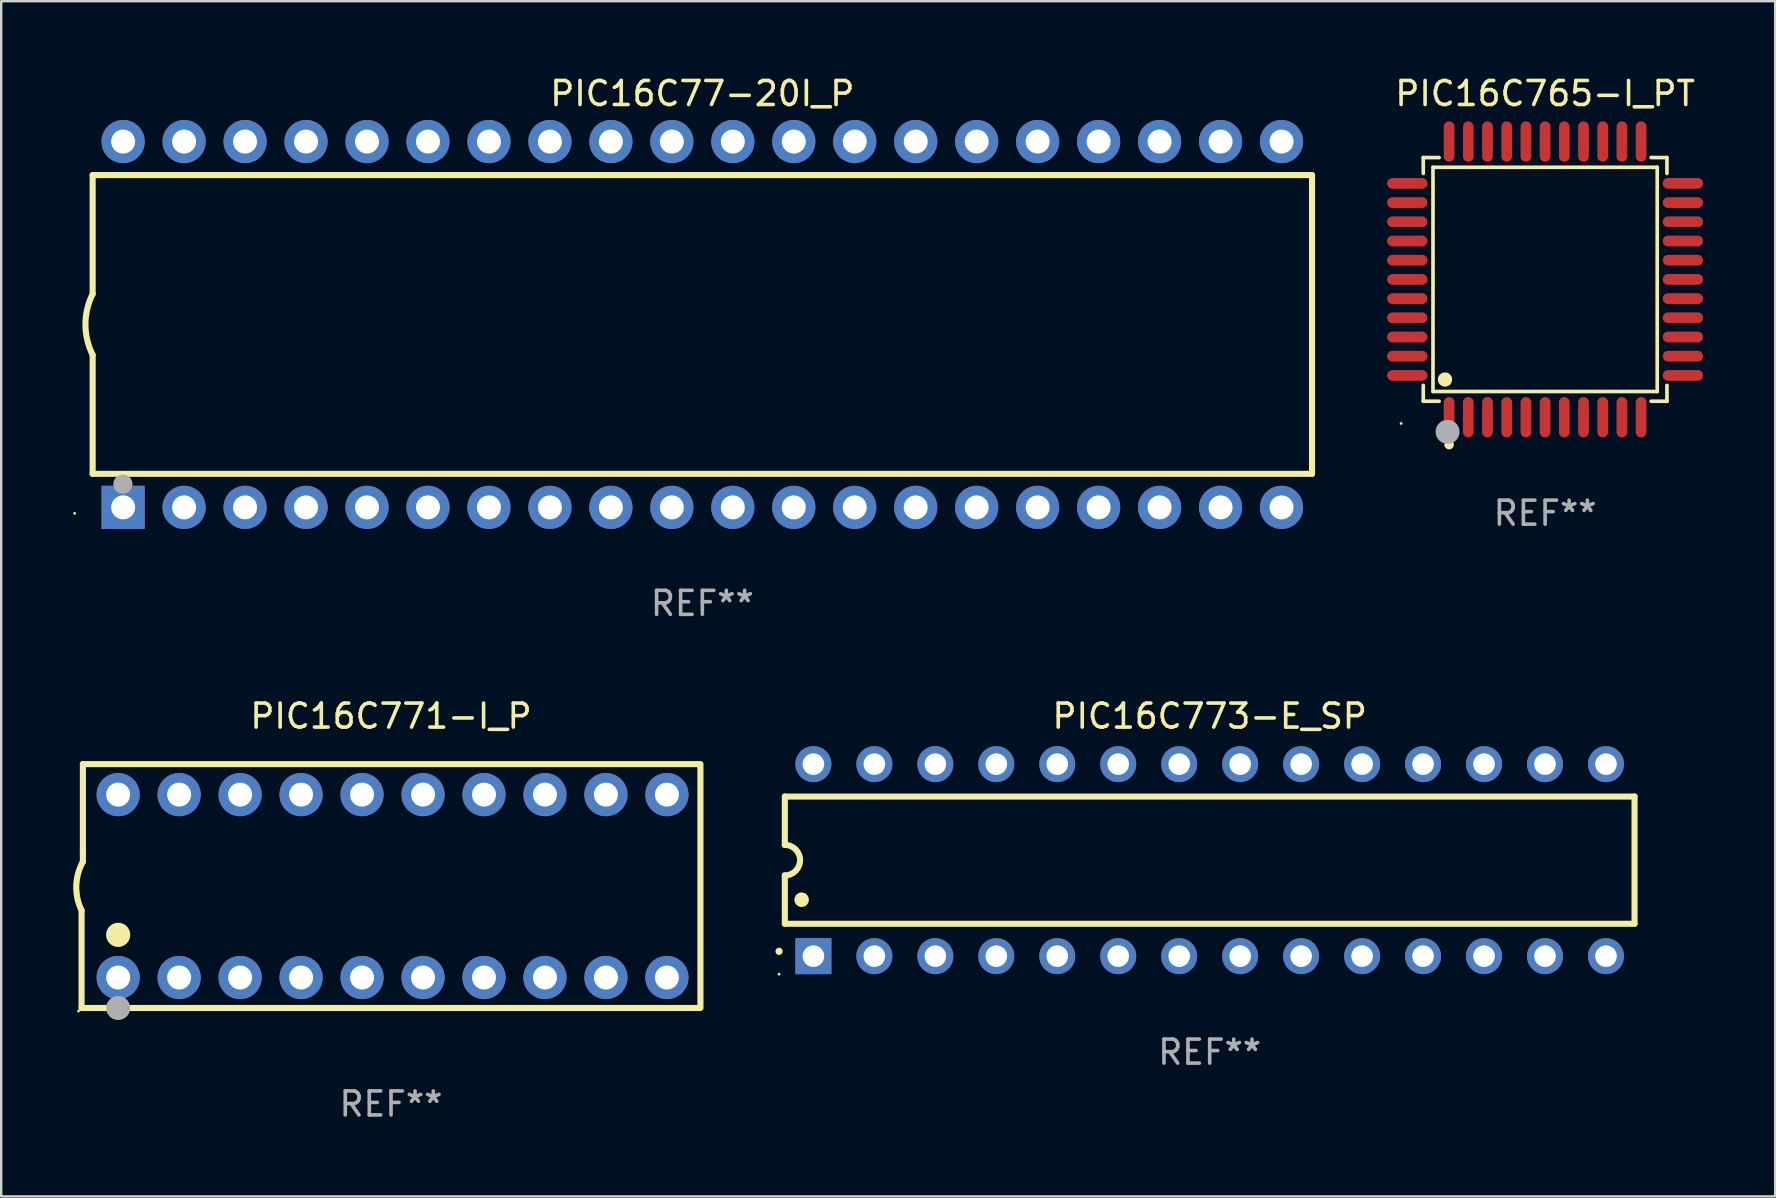
<source format=kicad_pcb>
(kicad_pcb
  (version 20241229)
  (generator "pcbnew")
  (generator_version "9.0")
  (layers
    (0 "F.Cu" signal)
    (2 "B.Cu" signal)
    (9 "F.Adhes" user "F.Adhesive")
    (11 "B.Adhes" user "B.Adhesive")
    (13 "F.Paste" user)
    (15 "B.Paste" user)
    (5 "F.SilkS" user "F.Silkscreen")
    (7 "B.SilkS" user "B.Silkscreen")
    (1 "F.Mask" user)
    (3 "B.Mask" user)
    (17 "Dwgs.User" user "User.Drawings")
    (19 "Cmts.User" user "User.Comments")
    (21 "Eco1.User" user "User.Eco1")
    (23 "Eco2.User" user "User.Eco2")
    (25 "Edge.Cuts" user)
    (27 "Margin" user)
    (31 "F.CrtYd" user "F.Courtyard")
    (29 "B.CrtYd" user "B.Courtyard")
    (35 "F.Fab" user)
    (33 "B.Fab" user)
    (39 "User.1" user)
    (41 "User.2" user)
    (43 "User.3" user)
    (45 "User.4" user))
  (footprint "PIC16C765-I_PT"
    (layer "F.Cu")
    (at 61.321 8.59)
    (property "Reference" "PIC16C765-I_PT" (at 0 -7.742 0) (layer "F.SilkS") (effects (font (size 1 1) (thickness 0.15))))
    (attr through_hole)
    (fp_line (start -5.076 -5.076) (end -4.415 -5.076) (stroke (width 0.152) (type solid)) (layer "F.SilkS"))
    (fp_line (start -5.076 -4.415) (end -5.076 -5.076) (stroke (width 0.152) (type solid)) (layer "F.SilkS"))
    (fp_line (start -5.076 4.415) (end -5.076 5.076) (stroke (width 0.152) (type solid)) (layer "F.SilkS"))
    (fp_line (start -5.076 5.076) (end -4.415 5.076) (stroke (width 0.152) (type solid)) (layer "F.SilkS"))
    (fp_line (start -4.671 -4.671) (end 4.671 -4.671) (stroke (width 0.152) (type solid)) (layer "F.SilkS"))
    (fp_line (start -4.671 4.671) (end -4.671 -4.671) (stroke (width 0.152) (type solid)) (layer "F.SilkS"))
    (fp_line (start 4.671 -4.671) (end 4.671 4.671) (stroke (width 0.152) (type solid)) (layer "F.SilkS"))
    (fp_line (start 4.671 4.671) (end -4.671 4.671) (stroke (width 0.152) (type solid)) (layer "F.SilkS"))
    (fp_line (start 5.076 -5.076) (end 4.415 -5.076) (stroke (width 0.152) (type solid)) (layer "F.SilkS"))
    (fp_line (start 5.076 -4.415) (end 5.076 -5.076) (stroke (width 0.152) (type solid)) (layer "F.SilkS"))
    (fp_line (start 5.076 4.415) (end 5.076 5.076) (stroke (width 0.152) (type solid)) (layer "F.SilkS"))
    (fp_line (start 5.076 5.076) (end 4.415 5.076) (stroke (width 0.152) (type solid)) (layer "F.SilkS"))
    (fp_circle (center -6 6) (end -5.97 6) (stroke (width 0.06) (type solid)) (fill no) (layer "F.SilkS"))
    (fp_circle (center -4.171 4.171) (end -4.021 4.171) (stroke (width 0.3) (type solid)) (fill no) (layer "F.SilkS"))
    (fp_circle (center -4 6.884) (end -3.9 6.884) (stroke (width 0.2) (type solid)) (fill no) (layer "F.SilkS"))
    (fp_circle (center -4.064 6.35) (end -3.814 6.35) (stroke (width 0.5) (type solid)) (fill no) (layer "F.Fab"))
    (fp_text user "REF**" (at 0 9.742 0) (layer "F.Fab") (effects (font (size 1 1) (thickness 0.15))))
    (pad "1" smd oval (at -4 5.742) (size 0.448 1.684) (layers "F.Cu" "F.Mask" "F.Paste"))
    (pad "2" smd oval (at -3.2 5.742) (size 0.448 1.684) (layers "F.Cu" "F.Mask" "F.Paste"))
    (pad "3" smd oval (at -2.4 5.742) (size 0.448 1.684) (layers "F.Cu" "F.Mask" "F.Paste"))
    (pad "4" smd oval (at -1.6 5.742) (size 0.448 1.684) (layers "F.Cu" "F.Mask" "F.Paste"))
    (pad "5" smd oval (at -0.8 5.742) (size 0.448 1.684) (layers "F.Cu" "F.Mask" "F.Paste"))
    (pad "6" smd oval (at 0 5.742) (size 0.448 1.684) (layers "F.Cu" "F.Mask" "F.Paste"))
    (pad "7" smd oval (at 0.8 5.742) (size 0.448 1.684) (layers "F.Cu" "F.Mask" "F.Paste"))
    (pad "8" smd oval (at 1.6 5.742) (size 0.448 1.684) (layers "F.Cu" "F.Mask" "F.Paste"))
    (pad "9" smd oval (at 2.4 5.742) (size 0.448 1.684) (layers "F.Cu" "F.Mask" "F.Paste"))
    (pad "10" smd oval (at 3.2 5.742) (size 0.448 1.684) (layers "F.Cu" "F.Mask" "F.Paste"))
    (pad "11" smd oval (at 4 5.742) (size 0.448 1.684) (layers "F.Cu" "F.Mask" "F.Paste"))
    (pad "12" smd oval (at 5.742 4) (size 1.684 0.448) (layers "F.Cu" "F.Mask" "F.Paste"))
    (pad "13" smd oval (at 5.742 3.2) (size 1.684 0.448) (layers "F.Cu" "F.Mask" "F.Paste"))
    (pad "14" smd oval (at 5.742 2.4) (size 1.684 0.448) (layers "F.Cu" "F.Mask" "F.Paste"))
    (pad "15" smd oval (at 5.742 1.6) (size 1.684 0.448) (layers "F.Cu" "F.Mask" "F.Paste"))
    (pad "16" smd oval (at 5.742 0.8) (size 1.684 0.448) (layers "F.Cu" "F.Mask" "F.Paste"))
    (pad "17" smd oval (at 5.742 0) (size 1.684 0.448) (layers "F.Cu" "F.Mask" "F.Paste"))
    (pad "18" smd oval (at 5.742 -0.8) (size 1.684 0.448) (layers "F.Cu" "F.Mask" "F.Paste"))
    (pad "19" smd oval (at 5.742 -1.6) (size 1.684 0.448) (layers "F.Cu" "F.Mask" "F.Paste"))
    (pad "20" smd oval (at 5.742 -2.4) (size 1.684 0.448) (layers "F.Cu" "F.Mask" "F.Paste"))
    (pad "21" smd oval (at 5.742 -3.2) (size 1.684 0.448) (layers "F.Cu" "F.Mask" "F.Paste"))
    (pad "22" smd oval (at 5.742 -4) (size 1.684 0.448) (layers "F.Cu" "F.Mask" "F.Paste"))
    (pad "23" smd oval (at 4 -5.742) (size 0.448 1.684) (layers "F.Cu" "F.Mask" "F.Paste"))
    (pad "24" smd oval (at 3.2 -5.742) (size 0.448 1.684) (layers "F.Cu" "F.Mask" "F.Paste"))
    (pad "25" smd oval (at 2.4 -5.742) (size 0.448 1.684) (layers "F.Cu" "F.Mask" "F.Paste"))
    (pad "26" smd oval (at 1.6 -5.742) (size 0.448 1.684) (layers "F.Cu" "F.Mask" "F.Paste"))
    (pad "27" smd oval (at 0.8 -5.742) (size 0.448 1.684) (layers "F.Cu" "F.Mask" "F.Paste"))
    (pad "28" smd oval (at 0 -5.742) (size 0.448 1.684) (layers "F.Cu" "F.Mask" "F.Paste"))
    (pad "29" smd oval (at -0.8 -5.742) (size 0.448 1.684) (layers "F.Cu" "F.Mask" "F.Paste"))
    (pad "30" smd oval (at -1.6 -5.742) (size 0.448 1.684) (layers "F.Cu" "F.Mask" "F.Paste"))
    (pad "31" smd oval (at -2.4 -5.742) (size 0.448 1.684) (layers "F.Cu" "F.Mask" "F.Paste"))
    (pad "32" smd oval (at -3.2 -5.742) (size 0.448 1.684) (layers "F.Cu" "F.Mask" "F.Paste"))
    (pad "33" smd oval (at -4 -5.742) (size 0.448 1.684) (layers "F.Cu" "F.Mask" "F.Paste"))
    (pad "34" smd oval (at -5.742 -4) (size 1.684 0.448) (layers "F.Cu" "F.Mask" "F.Paste"))
    (pad "35" smd oval (at -5.742 -3.2) (size 1.684 0.448) (layers "F.Cu" "F.Mask" "F.Paste"))
    (pad "36" smd oval (at -5.742 -2.4) (size 1.684 0.448) (layers "F.Cu" "F.Mask" "F.Paste"))
    (pad "37" smd oval (at -5.742 -1.6) (size 1.684 0.448) (layers "F.Cu" "F.Mask" "F.Paste"))
    (pad "38" smd oval (at -5.742 -0.8) (size 1.684 0.448) (layers "F.Cu" "F.Mask" "F.Paste"))
    (pad "39" smd oval (at -5.742 0) (size 1.684 0.448) (layers "F.Cu" "F.Mask" "F.Paste"))
    (pad "40" smd oval (at -5.742 0.8) (size 1.684 0.448) (layers "F.Cu" "F.Mask" "F.Paste"))
    (pad "41" smd oval (at -5.742 1.6) (size 1.684 0.448) (layers "F.Cu" "F.Mask" "F.Paste"))
    (pad "42" smd oval (at -5.742 2.4) (size 1.684 0.448) (layers "F.Cu" "F.Mask" "F.Paste"))
    (pad "43" smd oval (at -5.742 3.2) (size 1.684 0.448) (layers "F.Cu" "F.Mask" "F.Paste"))
    (pad "44" smd oval (at -5.742 4) (size 1.684 0.448) (layers "F.Cu" "F.Mask" "F.Paste")))
  (footprint "PIC16C773-E_SP"
    (layer "F.Cu")
    (at 47.347 32.785)
    (property "Reference" "PIC16C773-E_SP" (at 0 -6 0) (layer "F.SilkS") (effects (font (size 1 1) (thickness 0.15))))
    (attr through_hole)
    (fp_line (start -17.7 -2.65) (end 17.7 -2.65) (stroke (width 0.254) (type solid)) (layer "F.SilkS"))
    (fp_line (start -17.7 -0.635) (end -17.7 -2.65) (stroke (width 0.254) (type solid)) (layer "F.SilkS"))
    (fp_line (start -17.7 2.65) (end -17.7 0.635) (stroke (width 0.254) (type solid)) (layer "F.SilkS"))
    (fp_line (start 17.7 -2.65) (end 17.7 2.65) (stroke (width 0.254) (type solid)) (layer "F.SilkS"))
    (fp_line (start 17.7 2.65) (end -17.7 2.65) (stroke (width 0.254) (type solid)) (layer "F.SilkS"))
    (fp_arc (start -17.940056 3.799848) (mid -17.940061 3.798578) (end -17.940056 3.797308) (stroke (width 0.3) (type solid)) (layer "F.SilkS"))
    (fp_arc (start -17.701295 -0.635001) (mid -17.066294 0) (end -17.701295 0.635001) (stroke (width 0.254001) (type solid)) (layer "F.SilkS"))
    (fp_arc (start -17.000254 1.651003) (mid -17.000265 1.648463) (end -17.000254 1.645923) (stroke (width 0.6) (type solid)) (layer "F.SilkS"))
    (fp_circle (center -17.94 4.75) (end -17.91 4.75) (stroke (width 0.06) (type solid)) (fill no) (layer "F.SilkS"))
    (fp_text user "REF**" (at 0 8 0) (layer "F.Fab") (effects (font (size 1 1) (thickness 0.15))))
    (pad "1" thru_hole rect (at -16.51 4 90) (size 1.5 1.5) (drill 0.9) (layers "*.Cu" "*.Mask"))
    (pad "2" thru_hole circle (at -13.97 4) (size 1.5 1.5) (drill 0.9) (layers "*.Cu" "*.Mask"))
    (pad "3" thru_hole circle (at -11.43 4) (size 1.5 1.5) (drill 0.9) (layers "*.Cu" "*.Mask"))
    (pad "4" thru_hole circle (at -8.89 4) (size 1.5 1.5) (drill 0.9) (layers "*.Cu" "*.Mask"))
    (pad "5" thru_hole circle (at -6.35 4) (size 1.5 1.5) (drill 0.9) (layers "*.Cu" "*.Mask"))
    (pad "6" thru_hole circle (at -3.81 4) (size 1.5 1.5) (drill 0.9) (layers "*.Cu" "*.Mask"))
    (pad "7" thru_hole circle (at -1.27 4) (size 1.5 1.5) (drill 0.9) (layers "*.Cu" "*.Mask"))
    (pad "8" thru_hole circle (at 1.27 4) (size 1.5 1.5) (drill 0.9) (layers "*.Cu" "*.Mask"))
    (pad "9" thru_hole circle (at 3.81 4) (size 1.5 1.5) (drill 0.9) (layers "*.Cu" "*.Mask"))
    (pad "10" thru_hole circle (at 6.35 4) (size 1.5 1.5) (drill 0.9) (layers "*.Cu" "*.Mask"))
    (pad "11" thru_hole circle (at 8.89 4) (size 1.5 1.5) (drill 0.9) (layers "*.Cu" "*.Mask"))
    (pad "12" thru_hole circle (at 11.43 4) (size 1.5 1.5) (drill 0.9) (layers "*.Cu" "*.Mask"))
    (pad "13" thru_hole circle (at 13.97 4) (size 1.5 1.5) (drill 0.9) (layers "*.Cu" "*.Mask"))
    (pad "14" thru_hole circle (at 16.51 4) (size 1.5 1.5) (drill 0.9) (layers "*.Cu" "*.Mask"))
    (pad "15" thru_hole circle (at 16.51 -4) (size 1.5 1.5) (drill 0.9) (layers "*.Cu" "*.Mask"))
    (pad "16" thru_hole circle (at 13.97 -4) (size 1.5 1.5) (drill 0.9) (layers "*.Cu" "*.Mask"))
    (pad "17" thru_hole circle (at 11.43 -4) (size 1.5 1.5) (drill 0.9) (layers "*.Cu" "*.Mask"))
    (pad "18" thru_hole circle (at 8.89 -4) (size 1.5 1.5) (drill 0.9) (layers "*.Cu" "*.Mask"))
    (pad "19" thru_hole circle (at 6.35 -4) (size 1.5 1.5) (drill 0.9) (layers "*.Cu" "*.Mask"))
    (pad "20" thru_hole circle (at 3.81 -4) (size 1.5 1.5) (drill 0.9) (layers "*.Cu" "*.Mask"))
    (pad "21" thru_hole circle (at 1.27 -4) (size 1.5 1.5) (drill 0.9) (layers "*.Cu" "*.Mask"))
    (pad "22" thru_hole circle (at -1.27 -4) (size 1.5 1.5) (drill 0.9) (layers "*.Cu" "*.Mask"))
    (pad "23" thru_hole circle (at -3.81 -4) (size 1.5 1.5) (drill 0.9) (layers "*.Cu" "*.Mask"))
    (pad "24" thru_hole circle (at -6.35 -4) (size 1.5 1.5) (drill 0.9) (layers "*.Cu" "*.Mask"))
    (pad "25" thru_hole circle (at -8.89 -4) (size 1.5 1.5) (drill 0.9) (layers "*.Cu" "*.Mask"))
    (pad "26" thru_hole circle (at -11.43 -4) (size 1.5 1.5) (drill 0.9) (layers "*.Cu" "*.Mask"))
    (pad "27" thru_hole circle (at -13.97 -4) (size 1.5 1.5) (drill 0.9) (layers "*.Cu" "*.Mask"))
    (pad "28" thru_hole circle (at -16.51 -4) (size 1.5 1.5) (drill 0.9) (layers "*.Cu" "*.Mask")))
  (footprint "PIC16C771-I_P"
    (layer "F.Cu")
    (at 13.24 33.865)
    (property "Reference" "PIC16C771-I_P" (at 0 -7.08 0) (layer "F.SilkS") (effects (font (size 1 1) (thickness 0.15))))
    (attr through_hole)
    (fp_line (start -12.891 5.08) (end -12.891 1.016) (stroke (width 0.254) (type solid)) (layer "F.SilkS"))
    (fp_line (start -12.891 5.08) (end 12.891 5.08) (stroke (width 0.254) (type solid)) (layer "F.SilkS"))
    (fp_line (start -12.837 -5.08) (end -12.837 -1.397) (stroke (width 0.254) (type solid)) (layer "F.SilkS"))
    (fp_line (start -12.837 -5.08) (end 12.891 -5.08) (stroke (width 0.254) (type solid)) (layer "F.SilkS"))
    (fp_line (start -12.837 -1.397) (end -12.837 -1.016) (stroke (width 0.254) (type solid)) (layer "F.SilkS"))
    (fp_line (start 12.891 -5) (end 12.891 5) (stroke (width 0.254) (type solid)) (layer "F.SilkS"))
    (fp_arc (start -12.890526 1.016002) (mid -13.111945 -0.006602) (end -12.836525 -1.016002) (stroke (width 0.254001) (type solid)) (layer "F.SilkS"))
    (fp_circle (center -13.018 5.207) (end -12.988 5.207) (stroke (width 0.06) (type solid)) (fill no) (layer "F.SilkS"))
    (fp_circle (center -11.367 2.032) (end -11.113 2.032) (stroke (width 0.5) (type solid)) (fill no) (layer "F.SilkS"))
    (fp_circle (center -11.367 5.08) (end -11.117 5.08) (stroke (width 0.5) (type solid)) (fill no) (layer "F.Fab"))
    (fp_text user "REF**" (at 0 9.08 0) (layer "F.Fab") (effects (font (size 1 1) (thickness 0.15))))
    (pad "1" thru_hole circle (at -11.367 3.81) (size 1.8 1.8) (drill 1) (layers "*.Cu" "*.Mask"))
    (pad "2" thru_hole circle (at -8.827 3.81) (size 1.8 1.8) (drill 1) (layers "*.Cu" "*.Mask"))
    (pad "3" thru_hole circle (at -6.287 3.81) (size 1.8 1.8) (drill 1) (layers "*.Cu" "*.Mask"))
    (pad "4" thru_hole circle (at -3.747 3.81) (size 1.8 1.8) (drill 1) (layers "*.Cu" "*.Mask"))
    (pad "5" thru_hole circle (at -1.207 3.81) (size 1.8 1.8) (drill 1) (layers "*.Cu" "*.Mask"))
    (pad "6" thru_hole circle (at 1.334 3.81) (size 1.8 1.8) (drill 1) (layers "*.Cu" "*.Mask"))
    (pad "7" thru_hole circle (at 3.874 3.81) (size 1.8 1.8) (drill 1) (layers "*.Cu" "*.Mask"))
    (pad "8" thru_hole circle (at 6.414 3.81) (size 1.8 1.8) (drill 1) (layers "*.Cu" "*.Mask"))
    (pad "9" thru_hole circle (at 8.954 3.81) (size 1.8 1.8) (drill 1) (layers "*.Cu" "*.Mask"))
    (pad "10" thru_hole circle (at 11.494 3.81) (size 1.8 1.8) (drill 1) (layers "*.Cu" "*.Mask"))
    (pad "11" thru_hole circle (at 11.494 -3.81) (size 1.8 1.8) (drill 1) (layers "*.Cu" "*.Mask"))
    (pad "12" thru_hole circle (at 8.954 -3.81) (size 1.8 1.8) (drill 1) (layers "*.Cu" "*.Mask"))
    (pad "13" thru_hole circle (at 6.414 -3.81) (size 1.8 1.8) (drill 1) (layers "*.Cu" "*.Mask"))
    (pad "14" thru_hole circle (at 3.874 -3.81) (size 1.8 1.8) (drill 1) (layers "*.Cu" "*.Mask"))
    (pad "15" thru_hole circle (at 1.334 -3.81) (size 1.8 1.8) (drill 1) (layers "*.Cu" "*.Mask"))
    (pad "16" thru_hole circle (at -1.207 -3.81) (size 1.8 1.8) (drill 1) (layers "*.Cu" "*.Mask"))
    (pad "17" thru_hole circle (at -3.747 -3.81) (size 1.8 1.8) (drill 1) (layers "*.Cu" "*.Mask"))
    (pad "18" thru_hole circle (at -6.287 -3.81) (size 1.8 1.8) (drill 1) (layers "*.Cu" "*.Mask"))
    (pad "19" thru_hole circle (at -8.827 -3.81) (size 1.8 1.8) (drill 1) (layers "*.Cu" "*.Mask"))
    (pad "20" thru_hole circle (at -11.367 -3.81) (size 1.8 1.8) (drill 1) (layers "*.Cu" "*.Mask")))
  (footprint "PIC16C77-20I_P"
    (layer "F.Cu")
    (at 26.21 10.468)
    (property "Reference" "PIC16C77-20I_P" (at 0 -9.62 0) (layer "F.SilkS") (effects (font (size 1 1) (thickness 0.15))))
    (attr through_hole)
    (fp_line (start -25.4 -6.224) (end -25.4 -1.271) (stroke (width 0.254) (type solid)) (layer "F.SilkS"))
    (fp_line (start -25.4 -6.224) (end 25.4 -6.224) (stroke (width 0.254) (type solid)) (layer "F.SilkS"))
    (fp_line (start -25.4 1.269) (end -25.4 6.222) (stroke (width 0.254) (type solid)) (layer "F.SilkS"))
    (fp_line (start -25.4 6.222) (end 25.4 6.222) (stroke (width 0.254) (type solid)) (layer "F.SilkS"))
    (fp_line (start 25.4 6.222) (end 25.4 -6.224) (stroke (width 0.254) (type solid)) (layer "F.SilkS"))
    (fp_arc (start -25.4 1.269241) (mid -25.699807 -0.000762) (end -25.4 -1.270765) (stroke (width 0.254001) (type solid)) (layer "F.SilkS"))
    (fp_circle (center -26.15 7.87) (end -26.12 7.87) (stroke (width 0.06) (type solid)) (fill no) (layer "F.SilkS"))
    (fp_circle (center -24.14 6.65) (end -23.94 6.65) (stroke (width 0.4) (type solid)) (fill no) (layer "F.Fab"))
    (fp_text user "REF**" (at 0 11.62 0) (layer "F.Fab") (effects (font (size 1 1) (thickness 0.15))))
    (pad "1" thru_hole rect (at -24.13 7.62 90) (size 1.8 1.8) (drill 1) (layers "*.Cu" "*.Mask"))
    (pad "2" thru_hole circle (at -21.59 7.62) (size 1.8 1.8) (drill 1) (layers "*.Cu" "*.Mask"))
    (pad "3" thru_hole circle (at -19.05 7.62) (size 1.8 1.8) (drill 1) (layers "*.Cu" "*.Mask"))
    (pad "4" thru_hole circle (at -16.51 7.62) (size 1.8 1.8) (drill 1) (layers "*.Cu" "*.Mask"))
    (pad "5" thru_hole circle (at -13.97 7.62) (size 1.8 1.8) (drill 1) (layers "*.Cu" "*.Mask"))
    (pad "6" thru_hole circle (at -11.43 7.62) (size 1.8 1.8) (drill 1) (layers "*.Cu" "*.Mask"))
    (pad "7" thru_hole circle (at -8.89 7.62) (size 1.8 1.8) (drill 1) (layers "*.Cu" "*.Mask"))
    (pad "8" thru_hole circle (at -6.35 7.62) (size 1.8 1.8) (drill 1) (layers "*.Cu" "*.Mask"))
    (pad "9" thru_hole circle (at -3.81 7.62) (size 1.8 1.8) (drill 1) (layers "*.Cu" "*.Mask"))
    (pad "10" thru_hole circle (at -1.27 7.62) (size 1.8 1.8) (drill 1) (layers "*.Cu" "*.Mask"))
    (pad "11" thru_hole circle (at 1.27 7.62) (size 1.8 1.8) (drill 1) (layers "*.Cu" "*.Mask"))
    (pad "12" thru_hole circle (at 3.81 7.62) (size 1.8 1.8) (drill 1) (layers "*.Cu" "*.Mask"))
    (pad "13" thru_hole circle (at 6.35 7.62) (size 1.8 1.8) (drill 1) (layers "*.Cu" "*.Mask"))
    (pad "14" thru_hole circle (at 8.89 7.62) (size 1.8 1.8) (drill 1) (layers "*.Cu" "*.Mask"))
    (pad "15" thru_hole circle (at 11.43 7.62) (size 1.8 1.8) (drill 1) (layers "*.Cu" "*.Mask"))
    (pad "16" thru_hole circle (at 13.97 7.62) (size 1.8 1.8) (drill 1) (layers "*.Cu" "*.Mask"))
    (pad "17" thru_hole circle (at 16.51 7.62) (size 1.8 1.8) (drill 1) (layers "*.Cu" "*.Mask"))
    (pad "18" thru_hole circle (at 19.05 7.62) (size 1.8 1.8) (drill 1) (layers "*.Cu" "*.Mask"))
    (pad "19" thru_hole circle (at 21.59 7.62) (size 1.8 1.8) (drill 1) (layers "*.Cu" "*.Mask"))
    (pad "20" thru_hole circle (at 24.13 7.62) (size 1.8 1.8) (drill 1) (layers "*.Cu" "*.Mask"))
    (pad "21" thru_hole circle (at 24.13 -7.62) (size 1.8 1.8) (drill 1) (layers "*.Cu" "*.Mask"))
    (pad "22" thru_hole circle (at 21.59 -7.62) (size 1.8 1.8) (drill 1) (layers "*.Cu" "*.Mask"))
    (pad "23" thru_hole circle (at 19.05 -7.62) (size 1.8 1.8) (drill 1) (layers "*.Cu" "*.Mask"))
    (pad "24" thru_hole circle (at 16.51 -7.62) (size 1.8 1.8) (drill 1) (layers "*.Cu" "*.Mask"))
    (pad "25" thru_hole circle (at 13.97 -7.62) (size 1.8 1.8) (drill 1) (layers "*.Cu" "*.Mask"))
    (pad "26" thru_hole circle (at 11.43 -7.62) (size 1.8 1.8) (drill 1) (layers "*.Cu" "*.Mask"))
    (pad "27" thru_hole circle (at 8.89 -7.62) (size 1.8 1.8) (drill 1) (layers "*.Cu" "*.Mask"))
    (pad "28" thru_hole circle (at 6.35 -7.62) (size 1.8 1.8) (drill 1) (layers "*.Cu" "*.Mask"))
    (pad "29" thru_hole circle (at 3.81 -7.62) (size 1.8 1.8) (drill 1) (layers "*.Cu" "*.Mask"))
    (pad "30" thru_hole circle (at 1.27 -7.62) (size 1.8 1.8) (drill 1) (layers "*.Cu" "*.Mask"))
    (pad "31" thru_hole circle (at -1.27 -7.62) (size 1.8 1.8) (drill 1) (layers "*.Cu" "*.Mask"))
    (pad "32" thru_hole circle (at -3.81 -7.62) (size 1.8 1.8) (drill 1) (layers "*.Cu" "*.Mask"))
    (pad "33" thru_hole circle (at -6.35 -7.62) (size 1.8 1.8) (drill 1) (layers "*.Cu" "*.Mask"))
    (pad "34" thru_hole circle (at -8.89 -7.62) (size 1.8 1.8) (drill 1) (layers "*.Cu" "*.Mask"))
    (pad "35" thru_hole circle (at -11.43 -7.62) (size 1.8 1.8) (drill 1) (layers "*.Cu" "*.Mask"))
    (pad "36" thru_hole circle (at -13.97 -7.62) (size 1.8 1.8) (drill 1) (layers "*.Cu" "*.Mask"))
    (pad "37" thru_hole circle (at -16.51 -7.62) (size 1.8 1.8) (drill 1) (layers "*.Cu" "*.Mask"))
    (pad "38" thru_hole circle (at -19.05 -7.62) (size 1.8 1.8) (drill 1) (layers "*.Cu" "*.Mask"))
    (pad "39" thru_hole circle (at -21.59 -7.62) (size 1.8 1.8) (drill 1) (layers "*.Cu" "*.Mask"))
    (pad "40" thru_hole circle (at -24.13 -7.62) (size 1.8 1.8) (drill 1) (layers "*.Cu" "*.Mask")))
  (gr_rect
    (start -3 -3)
    (end 70.905 46.793)
    (stroke (width 0.1) (type default))
    (fill no)
    (layer "Edge.Cuts")))
</source>
